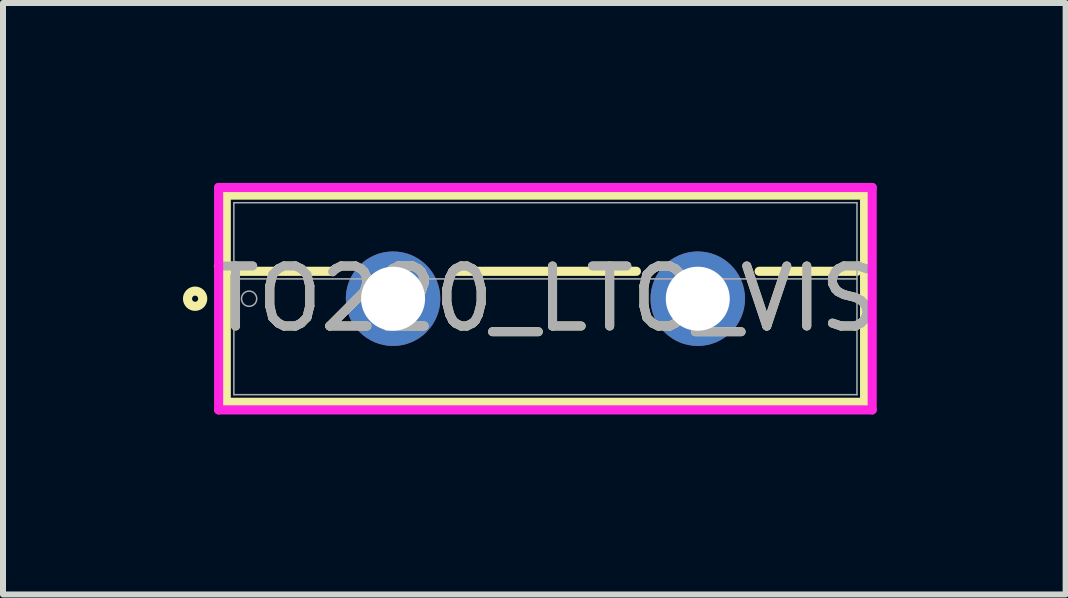
<source format=kicad_pcb>
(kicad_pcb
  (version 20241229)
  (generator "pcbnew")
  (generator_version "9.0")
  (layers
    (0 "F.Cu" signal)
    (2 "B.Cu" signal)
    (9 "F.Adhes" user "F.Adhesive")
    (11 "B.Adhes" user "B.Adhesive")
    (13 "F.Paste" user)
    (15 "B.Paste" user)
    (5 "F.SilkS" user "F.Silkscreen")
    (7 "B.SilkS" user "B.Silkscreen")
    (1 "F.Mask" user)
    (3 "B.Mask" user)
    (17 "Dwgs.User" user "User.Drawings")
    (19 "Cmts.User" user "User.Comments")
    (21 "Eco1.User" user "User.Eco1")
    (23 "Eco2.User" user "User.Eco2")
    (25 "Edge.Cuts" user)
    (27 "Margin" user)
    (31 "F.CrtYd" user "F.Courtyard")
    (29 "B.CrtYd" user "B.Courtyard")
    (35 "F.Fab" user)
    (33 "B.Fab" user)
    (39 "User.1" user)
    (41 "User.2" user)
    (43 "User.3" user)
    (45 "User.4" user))
  (footprint "TO220_LTO_VIS"
    (layer "F.Cu")
    (at 3.503 1.93)
    (property "Reference" "TO220_LTO_VIS" (at 2.54 0 0) (unlocked yes) (layer "F.SilkS") (effects (font (size 1 1) (thickness 0.15))))
    (attr through_hole)
    (fp_line (start -2.781 -1.727) (end -2.781 1.727) (stroke (width 0.152) (type solid)) (layer "F.SilkS"))
    (fp_line (start -2.781 1.727) (end 7.861 1.727) (stroke (width 0.152) (type solid)) (layer "F.SilkS"))
    (fp_line (start -2.654 -0.457) (end -1.023 -0.457) (stroke (width 0.152) (type solid)) (layer "F.SilkS"))
    (fp_line (start 1.023 -0.457) (end 4.057 -0.457) (stroke (width 0.152) (type solid)) (layer "F.SilkS"))
    (fp_line (start 6.103 -0.457) (end 7.734 -0.457) (stroke (width 0.152) (type solid)) (layer "F.SilkS"))
    (fp_line (start 7.861 -1.727) (end -2.781 -1.727) (stroke (width 0.152) (type solid)) (layer "F.SilkS"))
    (fp_line (start 7.861 1.727) (end 7.861 -1.727) (stroke (width 0.152) (type solid)) (layer "F.SilkS"))
    (fp_circle (center -3.3 0) (end -3.173 0) (stroke (width 0.152) (type solid)) (fill no) (layer "F.SilkS"))
    (fp_line (start -2.908 -1.854) (end -2.908 1.854) (stroke (width 0.152) (type solid)) (layer "F.CrtYd"))
    (fp_line (start -2.908 1.854) (end 7.988 1.854) (stroke (width 0.152) (type solid)) (layer "F.CrtYd"))
    (fp_line (start 7.988 -1.854) (end -2.908 -1.854) (stroke (width 0.152) (type solid)) (layer "F.CrtYd"))
    (fp_line (start 7.988 1.854) (end 7.988 -1.854) (stroke (width 0.152) (type solid)) (layer "F.CrtYd"))
    (fp_line (start -2.654 -1.6) (end -2.654 1.6) (stroke (width 0.025) (type solid)) (layer "F.Fab"))
    (fp_line (start -2.654 -0.33) (end 7.734 -0.33) (stroke (width 0.025) (type solid)) (layer "F.Fab"))
    (fp_line (start -2.654 1.6) (end 7.734 1.6) (stroke (width 0.025) (type solid)) (layer "F.Fab"))
    (fp_line (start 7.734 -1.6) (end -2.654 -1.6) (stroke (width 0.025) (type solid)) (layer "F.Fab"))
    (fp_line (start 7.734 1.6) (end 7.734 -1.6) (stroke (width 0.025) (type solid)) (layer "F.Fab"))
    (fp_circle (center -2.4 0) (end -2.273 0) (stroke (width 0.025) (type solid)) (fill no) (layer "F.Fab"))
    (fp_text user "${REFERENCE}" (at 2.54 0 0) (unlocked yes) (layer "F.Fab") (effects (font (size 1 1) (thickness 0.15))))
    (pad "1" thru_hole circle (at 0 0) (size 1.575 1.575) (drill 1.067) (layers "*.Cu" "*.Mask"))
    (pad "2" thru_hole circle (at 5.08 0) (size 1.575 1.575) (drill 1.067) (layers "*.Cu" "*.Mask")))
  (gr_rect
    (start -3 -3)
    (end 14.716 6.861)
    (stroke (width 0.1) (type default))
    (fill no)
    (layer "Edge.Cuts")))
</source>
